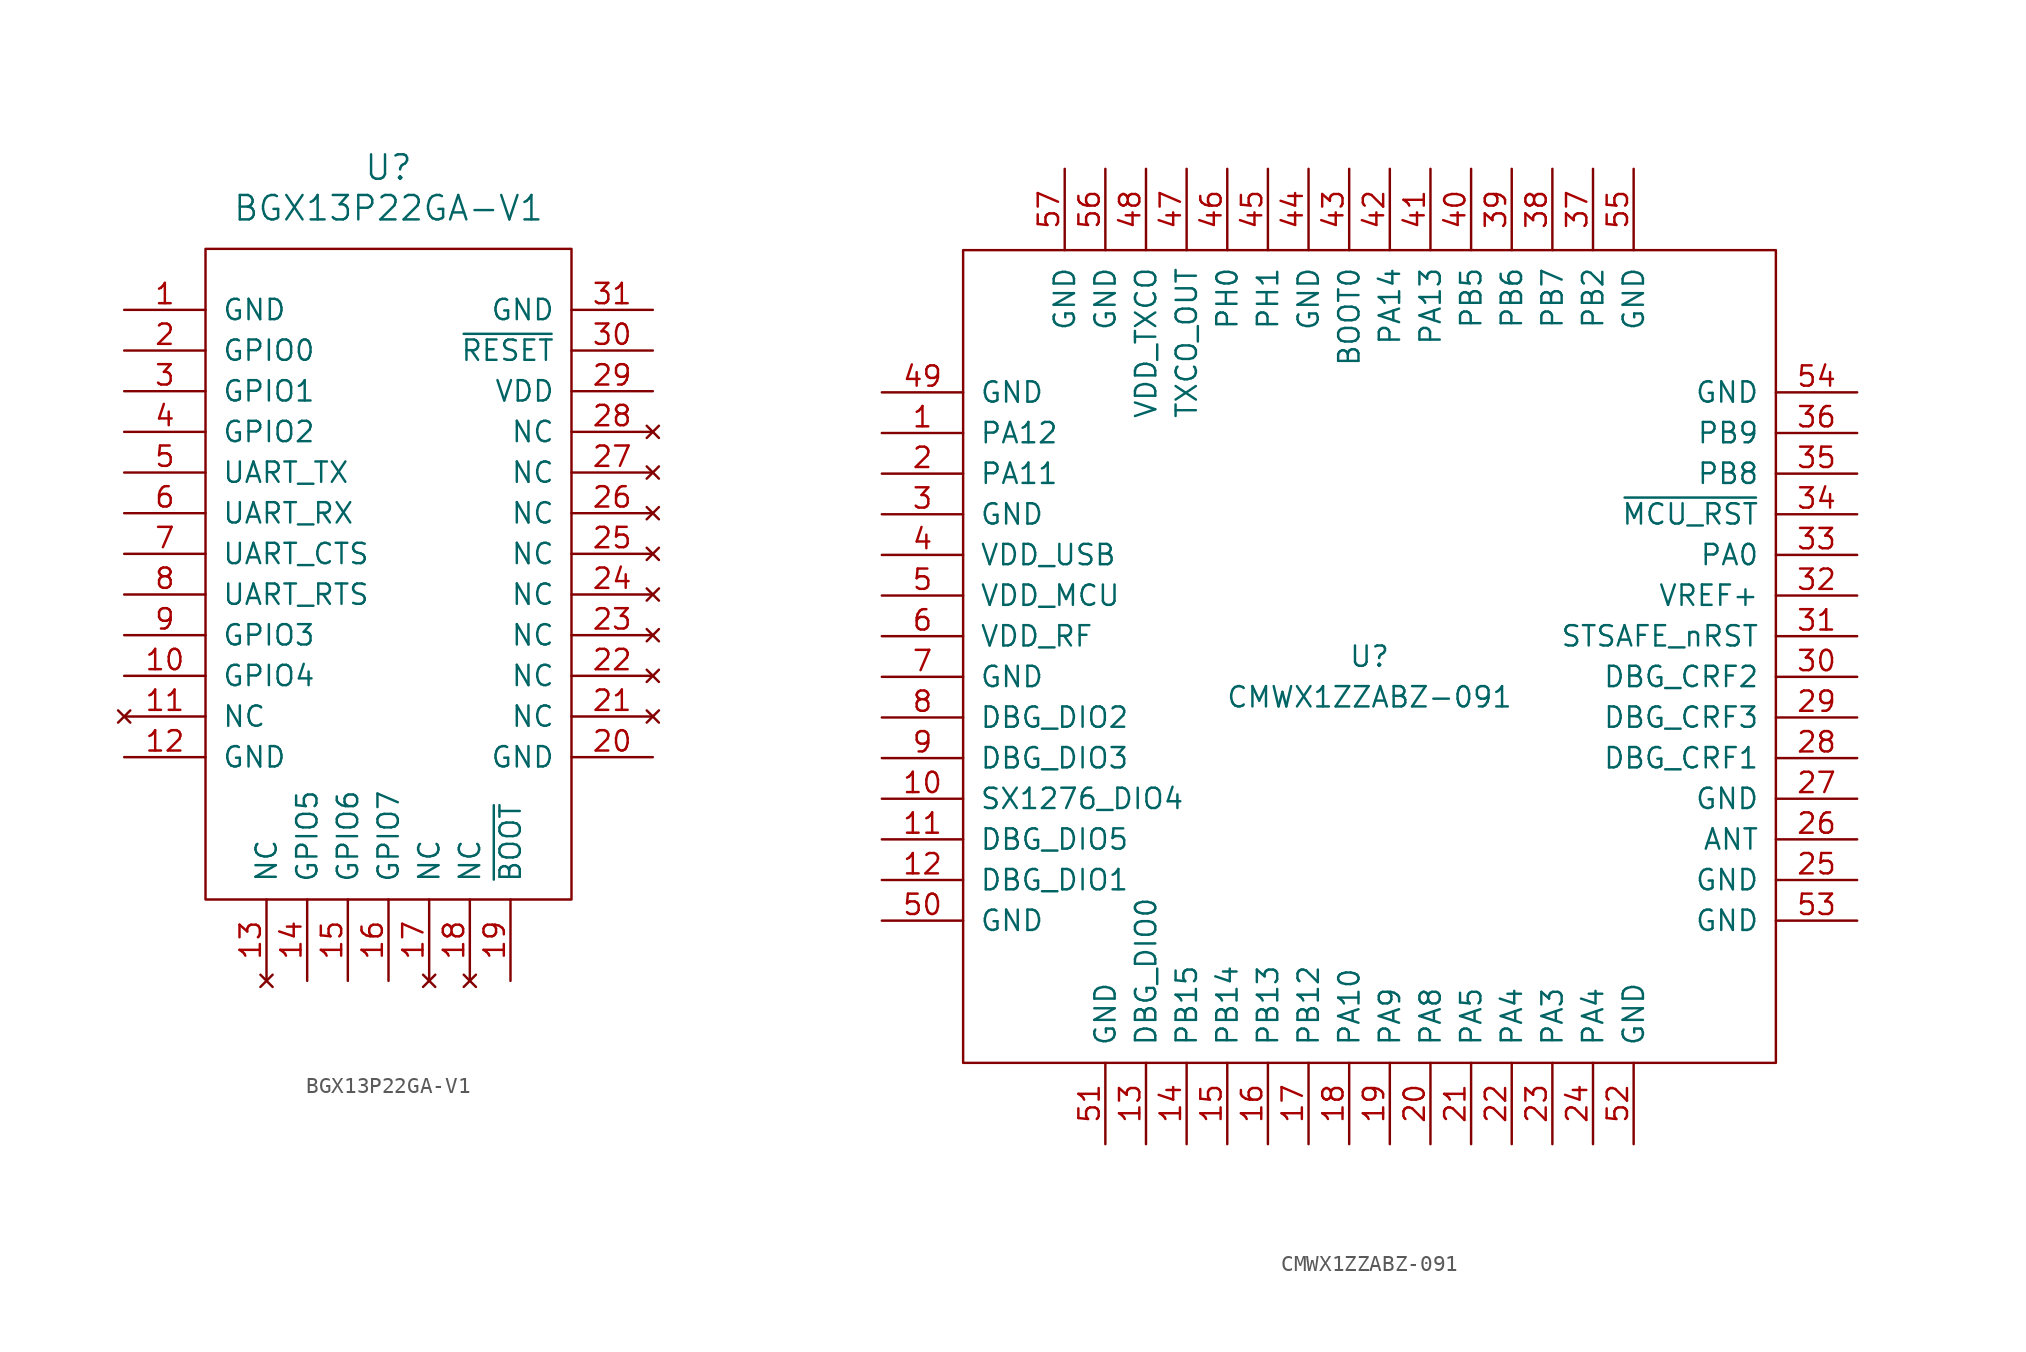
<source format=kicad_sym>
(kicad_symbol_lib
  (version 20201005)
  (generator kicad_symbol_editor)
  (symbol "BGX13P22GA-V1"
    (pin_names
      (offset 1.016))
    (property "Reference" "U"
      (at 0 25.4 0)
      (effects (font (size 1.524 1.524))))
    (property "Value" "BGX13P22GA-V1"
      (at 0 22.86 0)
      (effects (font (size 1.524 1.524))))
    (symbol "BGX13P22GA-V1_0_1"
      (rectangle (start -11.43 20.32) (end 11.43 -20.32) (stroke (width 0)) (fill (type none))))
    (symbol "BGX13P22GA-V1_1_1"
      (pin power_in line (at -16.51 16.51 0) (length 5.08) (name "GND" (effects (font (size 1.27 1.27)))) (number "1" (effects (font (size 1.27 1.27)))))
      (pin bidirectional line (at -16.51 -6.35 0) (length 5.08) (name "GPIO4" (effects (font (size 1.27 1.27)))) (number "10" (effects (font (size 1.27 1.27)))))
      (pin unconnected line (at -16.51 -8.89 0) (length 5.08) (name "NC" (effects (font (size 1.27 1.27)))) (number "11" (effects (font (size 1.27 1.27)))))
      (pin power_in line (at -16.51 -11.43 0) (length 5.08) (name "GND" (effects (font (size 1.27 1.27)))) (number "12" (effects (font (size 1.27 1.27)))))
      (pin unconnected line (at -7.62 -25.4 90) (length 5.08) (name "NC" (effects (font (size 1.27 1.27)))) (number "13" (effects (font (size 1.27 1.27)))))
      (pin bidirectional line (at -5.08 -25.4 90) (length 5.08) (name "GPIO5" (effects (font (size 1.27 1.27)))) (number "14" (effects (font (size 1.27 1.27)))))
      (pin bidirectional line (at -2.54 -25.4 90) (length 5.08) (name "GPIO6" (effects (font (size 1.27 1.27)))) (number "15" (effects (font (size 1.27 1.27)))))
      (pin bidirectional line (at 0 -25.4 90) (length 5.08) (name "GPIO7" (effects (font (size 1.27 1.27)))) (number "16" (effects (font (size 1.27 1.27)))))
      (pin unconnected line (at 2.54 -25.4 90) (length 5.08) (name "NC" (effects (font (size 1.27 1.27)))) (number "17" (effects (font (size 1.27 1.27)))))
      (pin unconnected line (at 5.08 -25.4 90) (length 5.08) (name "NC" (effects (font (size 1.27 1.27)))) (number "18" (effects (font (size 1.27 1.27)))))
      (pin bidirectional line (at 7.62 -25.4 90) (length 5.08) (name "~BOOT" (effects (font (size 1.27 1.27)))) (number "19" (effects (font (size 1.27 1.27)))))
      (pin bidirectional line (at -16.51 13.97 0) (length 5.08) (name "GPIO0" (effects (font (size 1.27 1.27)))) (number "2" (effects (font (size 1.27 1.27)))))
      (pin power_in line (at 16.51 -11.43 180) (length 5.08) (name "GND" (effects (font (size 1.27 1.27)))) (number "20" (effects (font (size 1.27 1.27)))))
      (pin unconnected line (at 16.51 -8.89 180) (length 5.08) (name "NC" (effects (font (size 1.27 1.27)))) (number "21" (effects (font (size 1.27 1.27)))))
      (pin unconnected line (at 16.51 -6.35 180) (length 5.08) (name "NC" (effects (font (size 1.27 1.27)))) (number "22" (effects (font (size 1.27 1.27)))))
      (pin unconnected line (at 16.51 -3.81 180) (length 5.08) (name "NC" (effects (font (size 1.27 1.27)))) (number "23" (effects (font (size 1.27 1.27)))))
      (pin unconnected line (at 16.51 -1.27 180) (length 5.08) (name "NC" (effects (font (size 1.27 1.27)))) (number "24" (effects (font (size 1.27 1.27)))))
      (pin unconnected line (at 16.51 1.27 180) (length 5.08) (name "NC" (effects (font (size 1.27 1.27)))) (number "25" (effects (font (size 1.27 1.27)))))
      (pin unconnected line (at 16.51 3.81 180) (length 5.08) (name "NC" (effects (font (size 1.27 1.27)))) (number "26" (effects (font (size 1.27 1.27)))))
      (pin unconnected line (at 16.51 6.35 180) (length 5.08) (name "NC" (effects (font (size 1.27 1.27)))) (number "27" (effects (font (size 1.27 1.27)))))
      (pin unconnected line (at 16.51 8.89 180) (length 5.08) (name "NC" (effects (font (size 1.27 1.27)))) (number "28" (effects (font (size 1.27 1.27)))))
      (pin power_in line (at 16.51 11.43 180) (length 5.08) (name "VDD" (effects (font (size 1.27 1.27)))) (number "29" (effects (font (size 1.27 1.27)))))
      (pin bidirectional line (at -16.51 11.43 0) (length 5.08) (name "GPIO1" (effects (font (size 1.27 1.27)))) (number "3" (effects (font (size 1.27 1.27)))))
      (pin input line (at 16.51 13.97 180) (length 5.08) (name "~RESET" (effects (font (size 1.27 1.27)))) (number "30" (effects (font (size 1.27 1.27)))))
      (pin power_in line (at 16.51 16.51 180) (length 5.08) (name "GND" (effects (font (size 1.27 1.27)))) (number "31" (effects (font (size 1.27 1.27)))))
      (pin bidirectional line (at -16.51 8.89 0) (length 5.08) (name "GPIO2" (effects (font (size 1.27 1.27)))) (number "4" (effects (font (size 1.27 1.27)))))
      (pin output line (at -16.51 6.35 0) (length 5.08) (name "UART_TX" (effects (font (size 1.27 1.27)))) (number "5" (effects (font (size 1.27 1.27)))))
      (pin input line (at -16.51 3.81 0) (length 5.08) (name "UART_RX" (effects (font (size 1.27 1.27)))) (number "6" (effects (font (size 1.27 1.27)))))
      (pin input line (at -16.51 1.27 0) (length 5.08) (name "UART_CTS" (effects (font (size 1.27 1.27)))) (number "7" (effects (font (size 1.27 1.27)))))
      (pin output line (at -16.51 -1.27 0) (length 5.08) (name "UART_RTS" (effects (font (size 1.27 1.27)))) (number "8" (effects (font (size 1.27 1.27)))))
      (pin bidirectional line (at -16.51 -3.81 0) (length 5.08) (name "GPIO3" (effects (font (size 1.27 1.27)))) (number "9" (effects (font (size 1.27 1.27)))))))
  (symbol "CMWX1ZZABZ-091"
    (pin_names
      (offset 1.016))
    (property "Reference" "U"
      (at 0 0 0)
      (effects (font (size 1.27 1.27))))
    (property "Value" "CMWX1ZZABZ-091"
      (at 0 -2.54 0)
      (effects (font (size 1.27 1.27))))
    (symbol "CMWX1ZZABZ-091_0_1"
      (rectangle (start -25.4 25.4) (end 25.4 -25.4) (stroke (width 0)) (fill (type none))))
    (symbol "CMWX1ZZABZ-091_1_1"
      (pin bidirectional line (at -30.48 13.97 0) (length 5.08) (name "PA12" (effects (font (size 1.27 1.27)))) (number "1" (effects (font (size 1.27 1.27)))))
      (pin output line (at -30.48 -8.89 0) (length 5.08) (name "SX1276_DIO4" (effects (font (size 1.27 1.27)))) (number "10" (effects (font (size 1.27 1.27)))))
      (pin output line (at -30.48 -11.43 0) (length 5.08) (name "DBG_DIO5" (effects (font (size 1.27 1.27)))) (number "11" (effects (font (size 1.27 1.27)))))
      (pin output line (at -30.48 -13.97 0) (length 5.08) (name "DBG_DIO1" (effects (font (size 1.27 1.27)))) (number "12" (effects (font (size 1.27 1.27)))))
      (pin output line (at -13.97 -30.48 90) (length 5.08) (name "DBG_DIO0" (effects (font (size 1.27 1.27)))) (number "13" (effects (font (size 1.27 1.27)))))
      (pin bidirectional line (at -11.43 -30.48 90) (length 5.08) (name "PB15" (effects (font (size 1.27 1.27)))) (number "14" (effects (font (size 1.27 1.27)))))
      (pin bidirectional line (at -8.89 -30.48 90) (length 5.08) (name "PB14" (effects (font (size 1.27 1.27)))) (number "15" (effects (font (size 1.27 1.27)))))
      (pin bidirectional line (at -6.35 -30.48 90) (length 5.08) (name "PB13" (effects (font (size 1.27 1.27)))) (number "16" (effects (font (size 1.27 1.27)))))
      (pin bidirectional line (at -3.81 -30.48 90) (length 5.08) (name "PB12" (effects (font (size 1.27 1.27)))) (number "17" (effects (font (size 1.27 1.27)))))
      (pin bidirectional line (at -1.27 -30.48 90) (length 5.08) (name "PA10" (effects (font (size 1.27 1.27)))) (number "18" (effects (font (size 1.27 1.27)))))
      (pin bidirectional line (at 1.27 -30.48 90) (length 5.08) (name "PA9" (effects (font (size 1.27 1.27)))) (number "19" (effects (font (size 1.27 1.27)))))
      (pin bidirectional line (at -30.48 11.43 0) (length 5.08) (name "PA11" (effects (font (size 1.27 1.27)))) (number "2" (effects (font (size 1.27 1.27)))))
      (pin bidirectional line (at 3.81 -30.48 90) (length 5.08) (name "PA8" (effects (font (size 1.27 1.27)))) (number "20" (effects (font (size 1.27 1.27)))))
      (pin bidirectional line (at 6.35 -30.48 90) (length 5.08) (name "PA5" (effects (font (size 1.27 1.27)))) (number "21" (effects (font (size 1.27 1.27)))))
      (pin bidirectional line (at 8.89 -30.48 90) (length 5.08) (name "PA4" (effects (font (size 1.27 1.27)))) (number "22" (effects (font (size 1.27 1.27)))))
      (pin bidirectional line (at 11.43 -30.48 90) (length 5.08) (name "PA3" (effects (font (size 1.27 1.27)))) (number "23" (effects (font (size 1.27 1.27)))))
      (pin bidirectional line (at 13.97 -30.48 90) (length 5.08) (name "PA4" (effects (font (size 1.27 1.27)))) (number "24" (effects (font (size 1.27 1.27)))))
      (pin power_in line (at 30.48 -13.97 180) (length 5.08) (name "GND" (effects (font (size 1.27 1.27)))) (number "25" (effects (font (size 1.27 1.27)))))
      (pin output line (at 30.48 -11.43 180) (length 5.08) (name "ANT" (effects (font (size 1.27 1.27)))) (number "26" (effects (font (size 1.27 1.27)))))
      (pin power_in line (at 30.48 -8.89 180) (length 5.08) (name "GND" (effects (font (size 1.27 1.27)))) (number "27" (effects (font (size 1.27 1.27)))))
      (pin output line (at 30.48 -6.35 180) (length 5.08) (name "DBG_CRF1" (effects (font (size 1.27 1.27)))) (number "28" (effects (font (size 1.27 1.27)))))
      (pin output line (at 30.48 -3.81 180) (length 5.08) (name "DBG_CRF3" (effects (font (size 1.27 1.27)))) (number "29" (effects (font (size 1.27 1.27)))))
      (pin power_in line (at -30.48 8.89 0) (length 5.08) (name "GND" (effects (font (size 1.27 1.27)))) (number "3" (effects (font (size 1.27 1.27)))))
      (pin output line (at 30.48 -1.27 180) (length 5.08) (name "DBG_CRF2" (effects (font (size 1.27 1.27)))) (number "30" (effects (font (size 1.27 1.27)))))
      (pin input line (at 30.48 1.27 180) (length 5.08) (name "STSAFE_nRST" (effects (font (size 1.27 1.27)))) (number "31" (effects (font (size 1.27 1.27)))))
      (pin input line (at 30.48 3.81 180) (length 5.08) (name "VREF+" (effects (font (size 1.27 1.27)))) (number "32" (effects (font (size 1.27 1.27)))))
      (pin bidirectional line (at 30.48 6.35 180) (length 5.08) (name "PA0" (effects (font (size 1.27 1.27)))) (number "33" (effects (font (size 1.27 1.27)))))
      (pin input line (at 30.48 8.89 180) (length 5.08) (name "~MCU_RST" (effects (font (size 1.27 1.27)))) (number "34" (effects (font (size 1.27 1.27)))))
      (pin bidirectional line (at 30.48 11.43 180) (length 5.08) (name "PB8" (effects (font (size 1.27 1.27)))) (number "35" (effects (font (size 1.27 1.27)))))
      (pin bidirectional line (at 30.48 13.97 180) (length 5.08) (name "PB9" (effects (font (size 1.27 1.27)))) (number "36" (effects (font (size 1.27 1.27)))))
      (pin bidirectional line (at 13.97 30.48 270) (length 5.08) (name "PB2" (effects (font (size 1.27 1.27)))) (number "37" (effects (font (size 1.27 1.27)))))
      (pin bidirectional line (at 11.43 30.48 270) (length 5.08) (name "PB7" (effects (font (size 1.27 1.27)))) (number "38" (effects (font (size 1.27 1.27)))))
      (pin bidirectional line (at 8.89 30.48 270) (length 5.08) (name "PB6" (effects (font (size 1.27 1.27)))) (number "39" (effects (font (size 1.27 1.27)))))
      (pin power_in line (at -30.48 6.35 0) (length 5.08) (name "VDD_USB" (effects (font (size 1.27 1.27)))) (number "4" (effects (font (size 1.27 1.27)))))
      (pin bidirectional line (at 6.35 30.48 270) (length 5.08) (name "PB5" (effects (font (size 1.27 1.27)))) (number "40" (effects (font (size 1.27 1.27)))))
      (pin bidirectional line (at 3.81 30.48 270) (length 5.08) (name "PA13" (effects (font (size 1.27 1.27)))) (number "41" (effects (font (size 1.27 1.27)))))
      (pin bidirectional line (at 1.27 30.48 270) (length 5.08) (name "PA14" (effects (font (size 1.27 1.27)))) (number "42" (effects (font (size 1.27 1.27)))))
      (pin bidirectional line (at -1.27 30.48 270) (length 5.08) (name "BOOT0" (effects (font (size 1.27 1.27)))) (number "43" (effects (font (size 1.27 1.27)))))
      (pin power_in line (at -3.81 30.48 270) (length 5.08) (name "GND" (effects (font (size 1.27 1.27)))) (number "44" (effects (font (size 1.27 1.27)))))
      (pin bidirectional line (at -6.35 30.48 270) (length 5.08) (name "PH1" (effects (font (size 1.27 1.27)))) (number "45" (effects (font (size 1.27 1.27)))))
      (pin bidirectional line (at -8.89 30.48 270) (length 5.08) (name "PH0" (effects (font (size 1.27 1.27)))) (number "46" (effects (font (size 1.27 1.27)))))
      (pin output line (at -11.43 30.48 270) (length 5.08) (name "TXCO_OUT" (effects (font (size 1.27 1.27)))) (number "47" (effects (font (size 1.27 1.27)))))
      (pin power_in line (at -13.97 30.48 270) (length 5.08) (name "VDD_TXCO" (effects (font (size 1.27 1.27)))) (number "48" (effects (font (size 1.27 1.27)))))
      (pin power_in line (at -30.48 16.51 0) (length 5.08) (name "GND" (effects (font (size 1.27 1.27)))) (number "49" (effects (font (size 1.27 1.27)))))
      (pin power_in line (at -30.48 3.81 0) (length 5.08) (name "VDD_MCU" (effects (font (size 1.27 1.27)))) (number "5" (effects (font (size 1.27 1.27)))))
      (pin power_in line (at -30.48 -16.51 0) (length 5.08) (name "GND" (effects (font (size 1.27 1.27)))) (number "50" (effects (font (size 1.27 1.27)))))
      (pin power_in line (at -16.51 -30.48 90) (length 5.08) (name "GND" (effects (font (size 1.27 1.27)))) (number "51" (effects (font (size 1.27 1.27)))))
      (pin power_in line (at 16.51 -30.48 90) (length 5.08) (name "GND" (effects (font (size 1.27 1.27)))) (number "52" (effects (font (size 1.27 1.27)))))
      (pin power_in line (at 30.48 -16.51 180) (length 5.08) (name "GND" (effects (font (size 1.27 1.27)))) (number "53" (effects (font (size 1.27 1.27)))))
      (pin power_in line (at 30.48 16.51 180) (length 5.08) (name "GND" (effects (font (size 1.27 1.27)))) (number "54" (effects (font (size 1.27 1.27)))))
      (pin power_in line (at 16.51 30.48 270) (length 5.08) (name "GND" (effects (font (size 1.27 1.27)))) (number "55" (effects (font (size 1.27 1.27)))))
      (pin power_in line (at -16.51 30.48 270) (length 5.08) (name "GND" (effects (font (size 1.27 1.27)))) (number "56" (effects (font (size 1.27 1.27)))))
      (pin power_in line (at -19.05 30.48 270) (length 5.08) (name "GND" (effects (font (size 1.27 1.27)))) (number "57" (effects (font (size 1.27 1.27)))))
      (pin power_in line (at -30.48 1.27 0) (length 5.08) (name "VDD_RF" (effects (font (size 1.27 1.27)))) (number "6" (effects (font (size 1.27 1.27)))))
      (pin power_in line (at -30.48 -1.27 0) (length 5.08) (name "GND" (effects (font (size 1.27 1.27)))) (number "7" (effects (font (size 1.27 1.27)))))
      (pin output line (at -30.48 -3.81 0) (length 5.08) (name "DBG_DIO2" (effects (font (size 1.27 1.27)))) (number "8" (effects (font (size 1.27 1.27)))))
      (pin output line (at -30.48 -6.35 0) (length 5.08) (name "DBG_DIO3" (effects (font (size 1.27 1.27)))) (number "9" (effects (font (size 1.27 1.27))))))))
</source>
